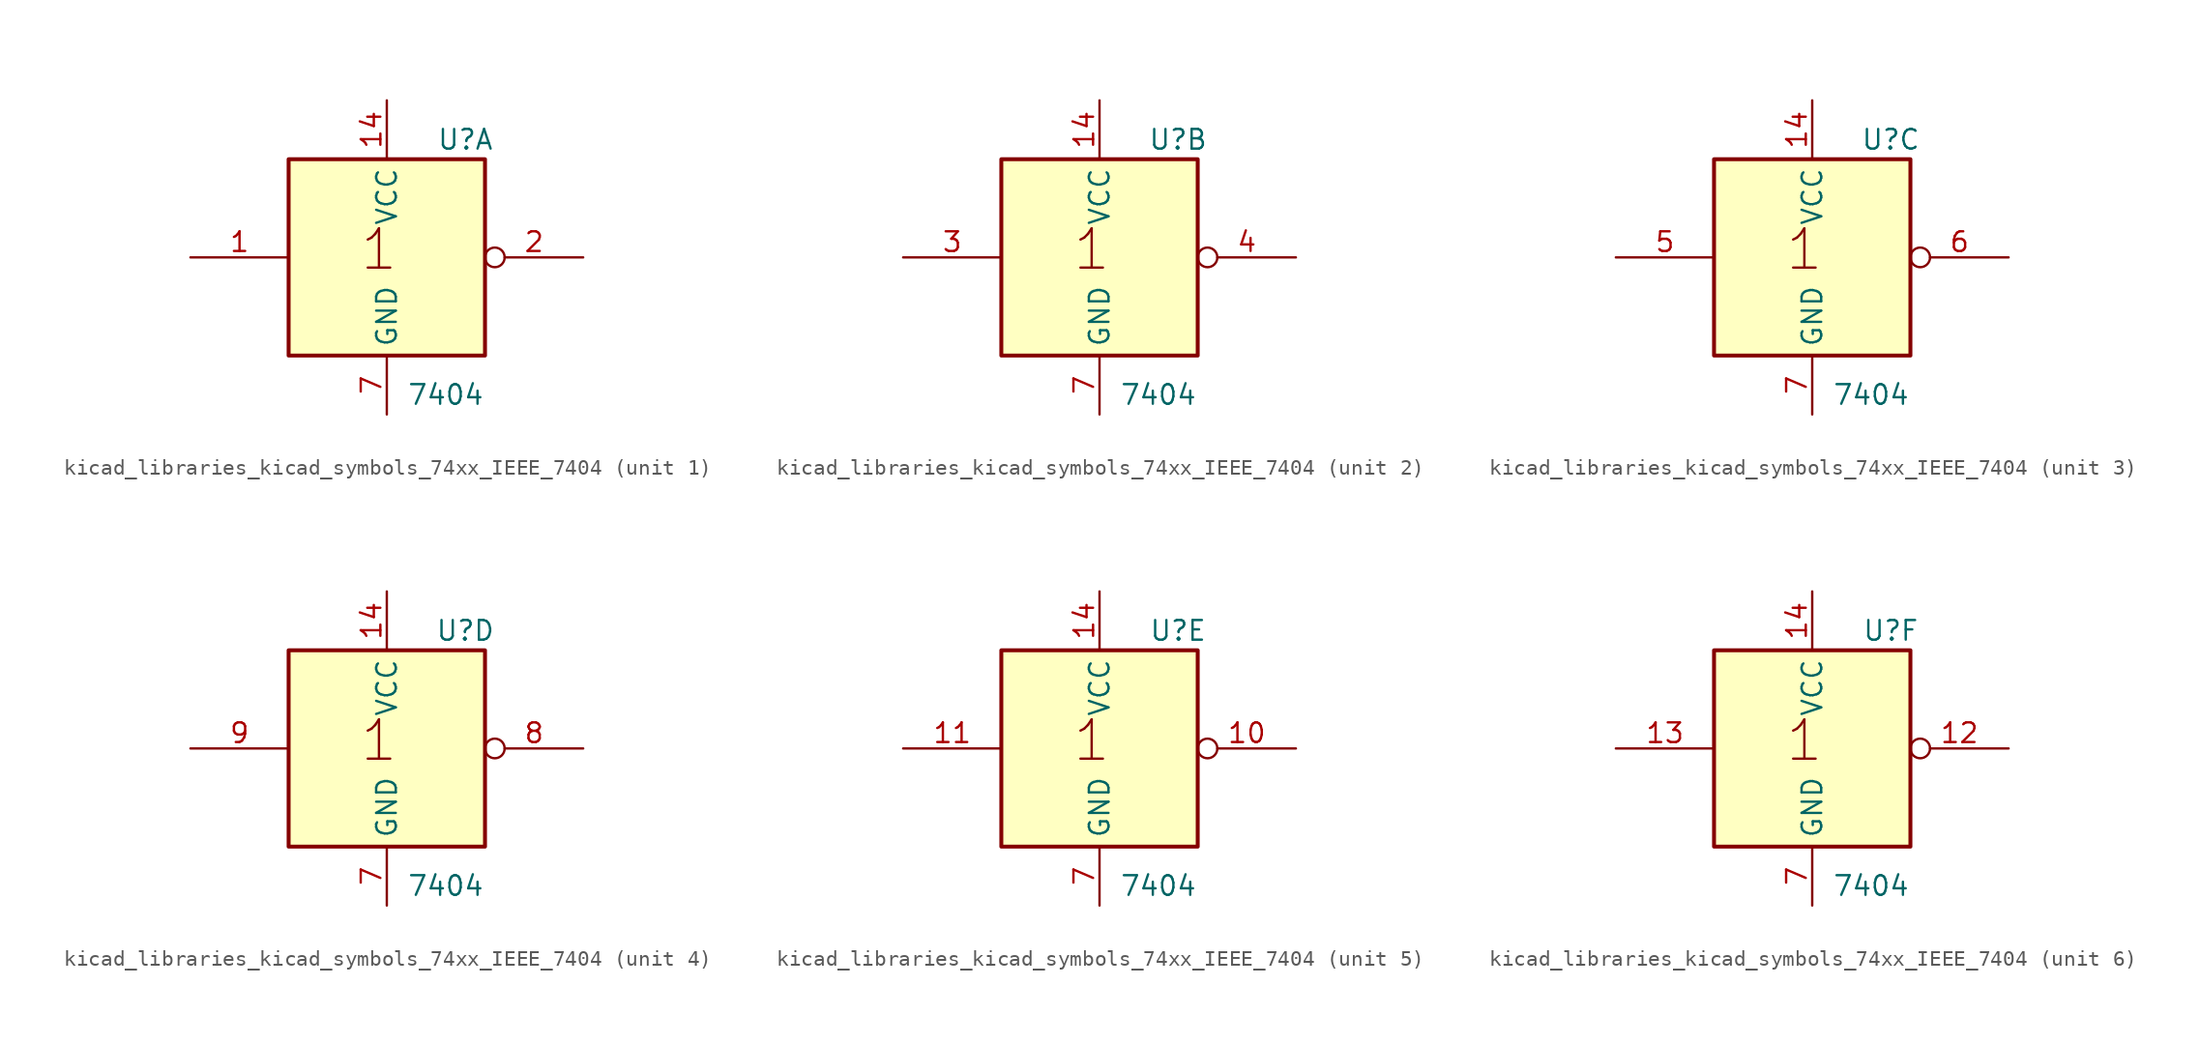
<source format=kicad_sym>
(kicad_symbol_lib
  (version 20220914)
  (generator kicad_symbol_editor)
  (symbol "kicad_libraries_kicad_symbols_74xx_IEEE_7404"
    (property "Reference" "U"
      (at 5.08 7.62 0)
      (effects (font (size 1.27 1.27))))
    (property "Value" "7404"
      (at 3.81 -8.89 0)
      (effects (font (size 1.27 1.27))))
    (symbol "kicad_libraries_kicad_symbols_74xx_IEEE_7404_0_0"
      (text "1" (at -0.508 0.508 0) (effects (font (size 2.54 2.54)))))
    (symbol "kicad_libraries_kicad_symbols_74xx_IEEE_7404_0_1"
      (rectangle (start -6.35 6.35) (end 6.35 -6.35) (stroke (width 0.254) (type default)) (fill (type background)))
      (pin power_in line (at 0 10.16 270) (length 3.81) (name "VCC" (effects (font (size 1.27 1.27)))) (number "14" (effects (font (size 1.27 1.27)))))
      (pin power_in line (at 0 -10.16 90) (length 3.81) (name "GND" (effects (font (size 1.27 1.27)))) (number "7" (effects (font (size 1.27 1.27))))))
    (symbol "kicad_libraries_kicad_symbols_74xx_IEEE_7404_1_1"
      (pin input line (at -12.7 0 0) (length 6.35) (name "~" (effects (font (size 1.27 1.27)))) (number "1" (effects (font (size 1.27 1.27)))))
      (pin input inverted (at 12.7 0 180) (length 6.35) (name "~" (effects (font (size 1.27 1.27)))) (number "2" (effects (font (size 1.27 1.27))))))
    (symbol "kicad_libraries_kicad_symbols_74xx_IEEE_7404_2_1"
      (pin input line (at -12.7 0 0) (length 6.35) (name "~" (effects (font (size 1.27 1.27)))) (number "3" (effects (font (size 1.27 1.27)))))
      (pin input inverted (at 12.7 0 180) (length 6.35) (name "~" (effects (font (size 1.27 1.27)))) (number "4" (effects (font (size 1.27 1.27))))))
    (symbol "kicad_libraries_kicad_symbols_74xx_IEEE_7404_3_1"
      (pin input line (at -12.7 0 0) (length 6.35) (name "~" (effects (font (size 1.27 1.27)))) (number "5" (effects (font (size 1.27 1.27)))))
      (pin input inverted (at 12.7 0 180) (length 6.35) (name "~" (effects (font (size 1.27 1.27)))) (number "6" (effects (font (size 1.27 1.27))))))
    (symbol "kicad_libraries_kicad_symbols_74xx_IEEE_7404_4_1"
      (pin input inverted (at 12.7 0 180) (length 6.35) (name "~" (effects (font (size 1.27 1.27)))) (number "8" (effects (font (size 1.27 1.27)))))
      (pin input line (at -12.7 0 0) (length 6.35) (name "~" (effects (font (size 1.27 1.27)))) (number "9" (effects (font (size 1.27 1.27))))))
    (symbol "kicad_libraries_kicad_symbols_74xx_IEEE_7404_5_1"
      (pin input inverted (at 12.7 0 180) (length 6.35) (name "~" (effects (font (size 1.27 1.27)))) (number "10" (effects (font (size 1.27 1.27)))))
      (pin input line (at -12.7 0 0) (length 6.35) (name "~" (effects (font (size 1.27 1.27)))) (number "11" (effects (font (size 1.27 1.27))))))
    (symbol "kicad_libraries_kicad_symbols_74xx_IEEE_7404_6_1"
      (pin input inverted (at 12.7 0 180) (length 6.35) (name "~" (effects (font (size 1.27 1.27)))) (number "12" (effects (font (size 1.27 1.27)))))
      (pin input line (at -12.7 0 0) (length 6.35) (name "~" (effects (font (size 1.27 1.27)))) (number "13" (effects (font (size 1.27 1.27))))))))
</source>
